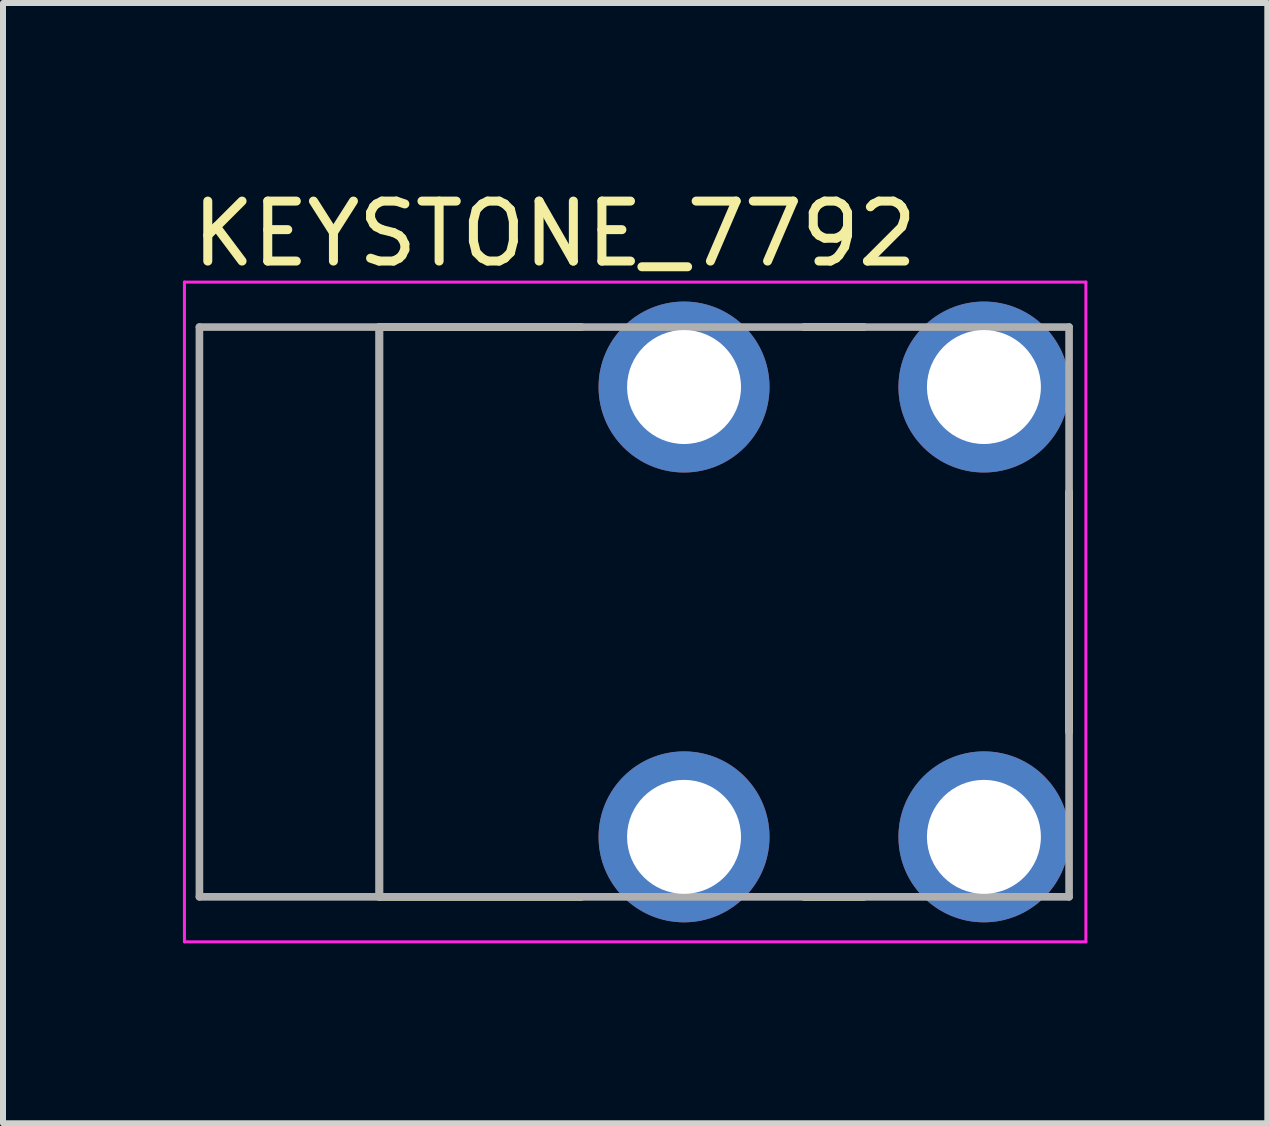
<source format=kicad_pcb>
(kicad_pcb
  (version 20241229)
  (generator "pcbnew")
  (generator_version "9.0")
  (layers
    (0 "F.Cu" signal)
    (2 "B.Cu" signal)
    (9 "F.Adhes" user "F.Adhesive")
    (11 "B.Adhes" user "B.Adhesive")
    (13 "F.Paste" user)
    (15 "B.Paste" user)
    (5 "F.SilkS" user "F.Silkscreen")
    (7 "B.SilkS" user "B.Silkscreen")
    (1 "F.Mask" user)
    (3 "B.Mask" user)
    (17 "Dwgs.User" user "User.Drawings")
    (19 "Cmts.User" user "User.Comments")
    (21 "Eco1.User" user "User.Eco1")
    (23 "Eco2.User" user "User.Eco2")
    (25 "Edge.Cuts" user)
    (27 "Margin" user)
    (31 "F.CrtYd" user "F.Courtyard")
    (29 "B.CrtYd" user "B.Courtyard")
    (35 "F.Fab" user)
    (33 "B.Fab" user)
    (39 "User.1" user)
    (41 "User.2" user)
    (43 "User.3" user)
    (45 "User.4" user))
  (footprint "KEYSTONE_7792"
    (layer "F.Cu")
    (at 10.855 7.153)
    (property "Reference" "KEYSTONE_7792" (at -4.655 -6.305 0) (layer "F.SilkS") (effects (font (size 1 1) (thickness 0.15))))
    (attr through_hole)
    (fp_line (start -7.58 -4.75) (end -7.58 4.75) (stroke (width 0.127) (type solid)) (layer "F.SilkS"))
    (fp_line (start -7.58 4.75) (end -4.21 4.75) (stroke (width 0.127) (type solid)) (layer "F.SilkS"))
    (fp_line (start -4.21 -4.75) (end -7.58 -4.75) (stroke (width 0.127) (type solid)) (layer "F.SilkS"))
    (fp_line (start 0.5 -4.75) (end -0.5 -4.75) (stroke (width 0.127) (type solid)) (layer "F.SilkS"))
    (fp_line (start 0.5 4.75) (end -0.5 4.75) (stroke (width 0.127) (type solid)) (layer "F.SilkS"))
    (fp_line (start 3.92 -2) (end 3.92 2) (stroke (width 0.127) (type solid)) (layer "F.SilkS"))
    (fp_line (start -10.83 -5.5) (end -10.83 5.5) (stroke (width 0.05) (type solid)) (layer "F.CrtYd"))
    (fp_line (start -10.83 5.5) (end 4.2 5.5) (stroke (width 0.05) (type solid)) (layer "F.CrtYd"))
    (fp_line (start 4.2 -5.5) (end -10.83 -5.5) (stroke (width 0.05) (type solid)) (layer "F.CrtYd"))
    (fp_line (start 4.2 5.5) (end 4.2 -5.5) (stroke (width 0.05) (type solid)) (layer "F.CrtYd"))
    (fp_line (start -10.58 -4.75) (end -10.58 4.75) (stroke (width 0.127) (type solid)) (layer "F.Fab"))
    (fp_line (start -10.58 4.75) (end -7.58 4.75) (stroke (width 0.127) (type solid)) (layer "F.Fab"))
    (fp_line (start -7.58 -4.75) (end -10.58 -4.75) (stroke (width 0.127) (type solid)) (layer "F.Fab"))
    (fp_line (start -7.58 -4.75) (end -7.58 4.75) (stroke (width 0.127) (type solid)) (layer "F.Fab"))
    (fp_line (start -7.58 4.75) (end 3.92 4.75) (stroke (width 0.127) (type solid)) (layer "F.Fab"))
    (fp_line (start 3.92 -4.75) (end -7.58 -4.75) (stroke (width 0.127) (type solid)) (layer "F.Fab"))
    (fp_line (start 3.92 4.75) (end 3.92 -4.75) (stroke (width 0.127) (type solid)) (layer "F.Fab"))
    (pad "1" thru_hole circle (at -2.5 -3.75) (size 2.85 2.85) (drill 1.9) (layers "*.Cu" "*.Mask"))
    (pad "2" thru_hole circle (at 2.5 -3.75) (size 2.85 2.85) (drill 1.9) (layers "*.Cu" "*.Mask"))
    (pad "3" thru_hole circle (at -2.5 3.75) (size 2.85 2.85) (drill 1.9) (layers "*.Cu" "*.Mask"))
    (pad "4" thru_hole circle (at 2.5 3.75) (size 2.85 2.85) (drill 1.9) (layers "*.Cu" "*.Mask")))
  (gr_rect
    (start -3 -3)
    (end 18.08 15.678)
    (stroke (width 0.1) (type default))
    (fill no)
    (layer "Edge.Cuts")))
</source>
